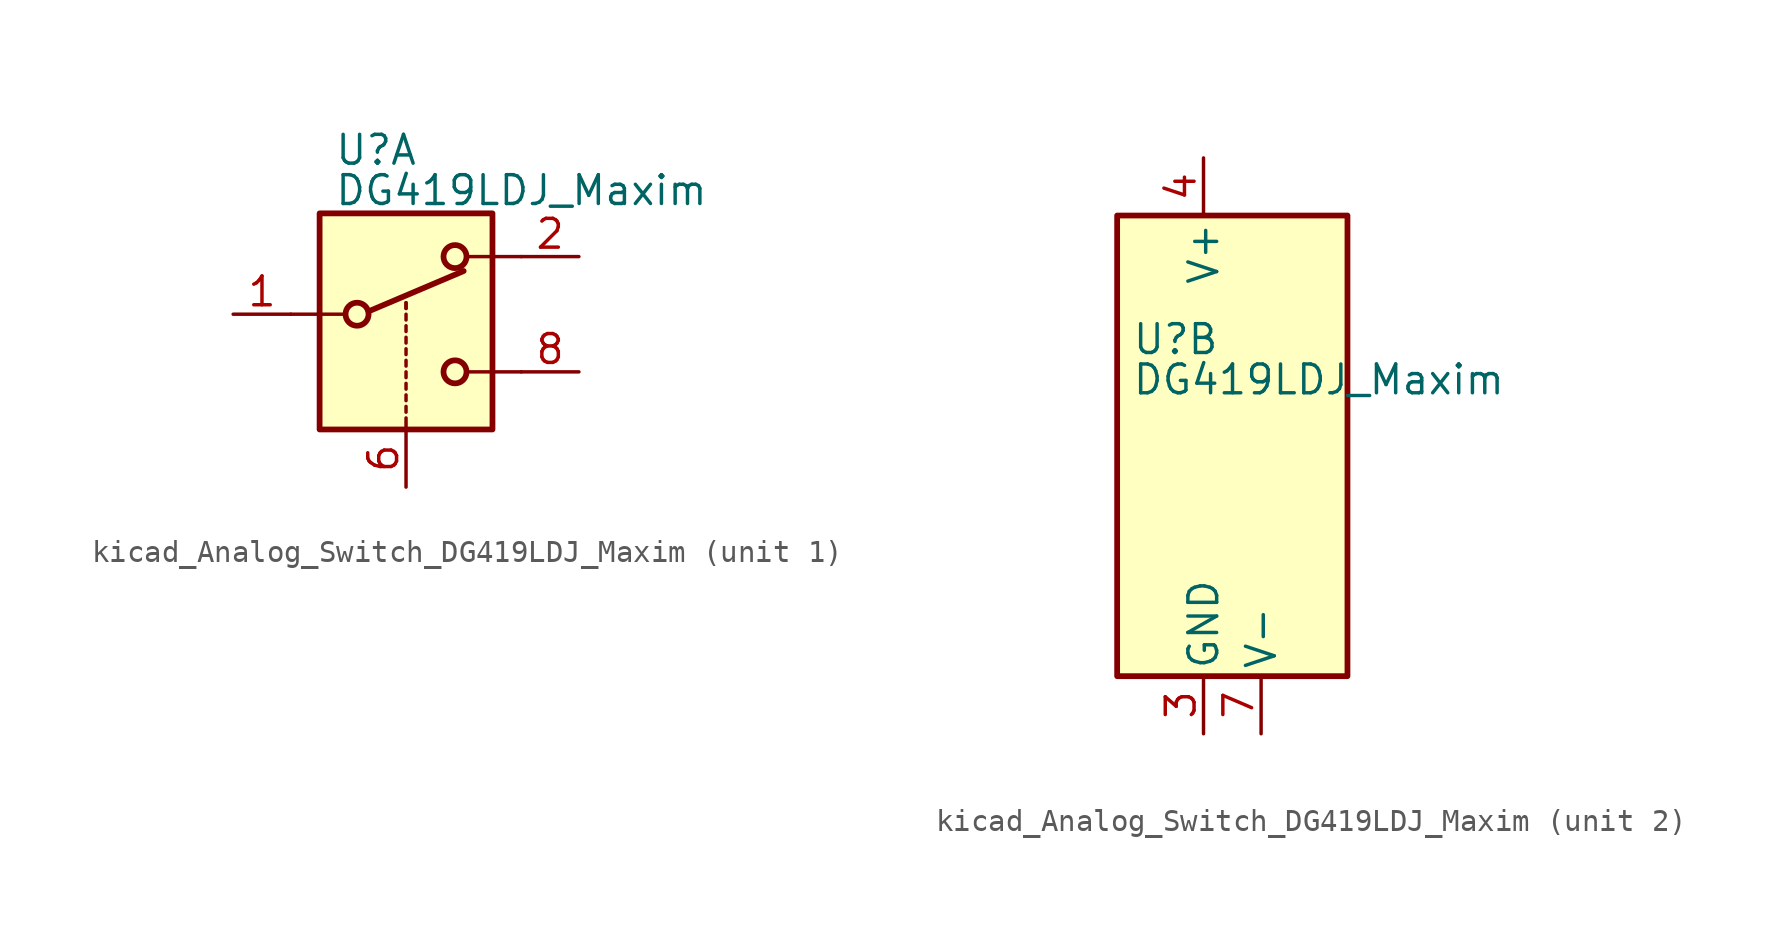
<source format=kicad_sym>
(kicad_symbol_lib
  (version 20220914)
  (generator kicad_symbol_editor)
  (symbol "kicad_Analog_Switch_DG419LDJ_Maxim"
    (pin_names
      (offset 0.254))
    (property "Reference" "U"
      (at -3.175 4.699 0)
      (effects (font (size 1.27 1.27)) (justify left)))
    (property "Value" "DG419LDJ_Maxim"
      (at -3.175 2.921 0)
      (effects (font (size 1.27 1.27)) (justify left)))
    (symbol "kicad_Analog_Switch_DG419LDJ_Maxim_1_1"
      (rectangle (start -3.81 1.905) (end 3.81 -7.62) (stroke (width 0.254) (type default)) (fill (type background)))
      (circle (center -2.159 -2.54) (radius 0.508) (stroke (width 0.254) (type default)) (fill (type none)))
      (polyline (pts (xy -5.08 -2.54) (xy -2.794 -2.54)) (stroke (width 0) (type default)) (fill (type none)))
      (polyline (pts (xy -1.651 -2.413) (xy 2.54 -0.635)) (stroke (width 0.254) (type default)) (fill (type none)))
      (polyline (pts (xy 0 -7.62) (xy 0 -7.112)) (stroke (width 0) (type default)) (fill (type none)))
      (polyline (pts (xy 0 -6.858) (xy 0 -6.604)) (stroke (width 0) (type default)) (fill (type none)))
      (polyline (pts (xy 0 -6.35) (xy 0 -6.096)) (stroke (width 0) (type default)) (fill (type none)))
      (polyline (pts (xy 0 -5.842) (xy 0 -5.588)) (stroke (width 0) (type default)) (fill (type none)))
      (polyline (pts (xy 0 -5.334) (xy 0 -5.08)) (stroke (width 0) (type default)) (fill (type none)))
      (polyline (pts (xy 0 -4.826) (xy 0 -4.572)) (stroke (width 0) (type default)) (fill (type none)))
      (polyline (pts (xy 0 -4.318) (xy 0 -4.064)) (stroke (width 0) (type default)) (fill (type none)))
      (polyline (pts (xy 0 -3.81) (xy 0 -3.556)) (stroke (width 0) (type default)) (fill (type none)))
      (polyline (pts (xy 0 -3.302) (xy 0 -3.048)) (stroke (width 0) (type default)) (fill (type none)))
      (polyline (pts (xy 0 -2.794) (xy 0 -2.54)) (stroke (width 0) (type default)) (fill (type none)))
      (polyline (pts (xy 0 -2.286) (xy 0 -2.032)) (stroke (width 0) (type default)) (fill (type none)))
      (polyline (pts (xy 0 -2.286) (xy 0 -2.032)) (stroke (width 0) (type default)) (fill (type none)))
      (polyline (pts (xy 5.08 -5.08) (xy 2.794 -5.08)) (stroke (width 0) (type default)) (fill (type none)))
      (polyline (pts (xy 5.08 0) (xy 2.794 0)) (stroke (width 0) (type default)) (fill (type none)))
      (circle (center 2.159 -5.08) (radius 0.508) (stroke (width 0.254) (type default)) (fill (type none)))
      (circle (center 2.159 0) (radius 0.508) (stroke (width 0.254) (type default)) (fill (type none)))
      (pin passive line (at -7.62 -2.54 0) (length 2.54) (name "~" (effects (font (size 1.27 1.27)))) (number "1" (effects (font (size 1.27 1.27)))))
      (pin passive line (at 7.62 0 180) (length 2.54) (name "~" (effects (font (size 1.27 1.27)))) (number "2" (effects (font (size 1.27 1.27)))))
      (pin input line (at 0 -10.16 90) (length 2.54) (name "~" (effects (font (size 1.27 1.27)))) (number "6" (effects (font (size 1.27 1.27)))))
      (pin passive line (at 7.62 -5.08 180) (length 2.54) (name "~" (effects (font (size 1.27 1.27)))) (number "8" (effects (font (size 1.27 1.27))))))
    (symbol "kicad_Analog_Switch_DG419LDJ_Maxim_2_0"
      (pin power_in line (at 0 -12.7 90) (length 2.54) (name "GND" (effects (font (size 1.27 1.27)))) (number "3" (effects (font (size 1.27 1.27)))))
      (pin power_in line (at 0 12.7 270) (length 2.54) (name "V+" (effects (font (size 1.27 1.27)))) (number "4" (effects (font (size 1.27 1.27)))))
      (pin no_connect line (at 2.54 10.16 270) (length 2.54) hide (name "NC" (effects (font (size 1.27 1.27)))) (number "5" (effects (font (size 1.27 1.27)))))
      (pin power_in line (at 2.54 -12.7 90) (length 2.54) (name "V-" (effects (font (size 1.27 1.27)))) (number "7" (effects (font (size 1.27 1.27))))))
    (symbol "kicad_Analog_Switch_DG419LDJ_Maxim_2_1"
      (rectangle (start -3.81 10.16) (end 6.35 -10.16) (stroke (width 0.254) (type default)) (fill (type background))))))
</source>
